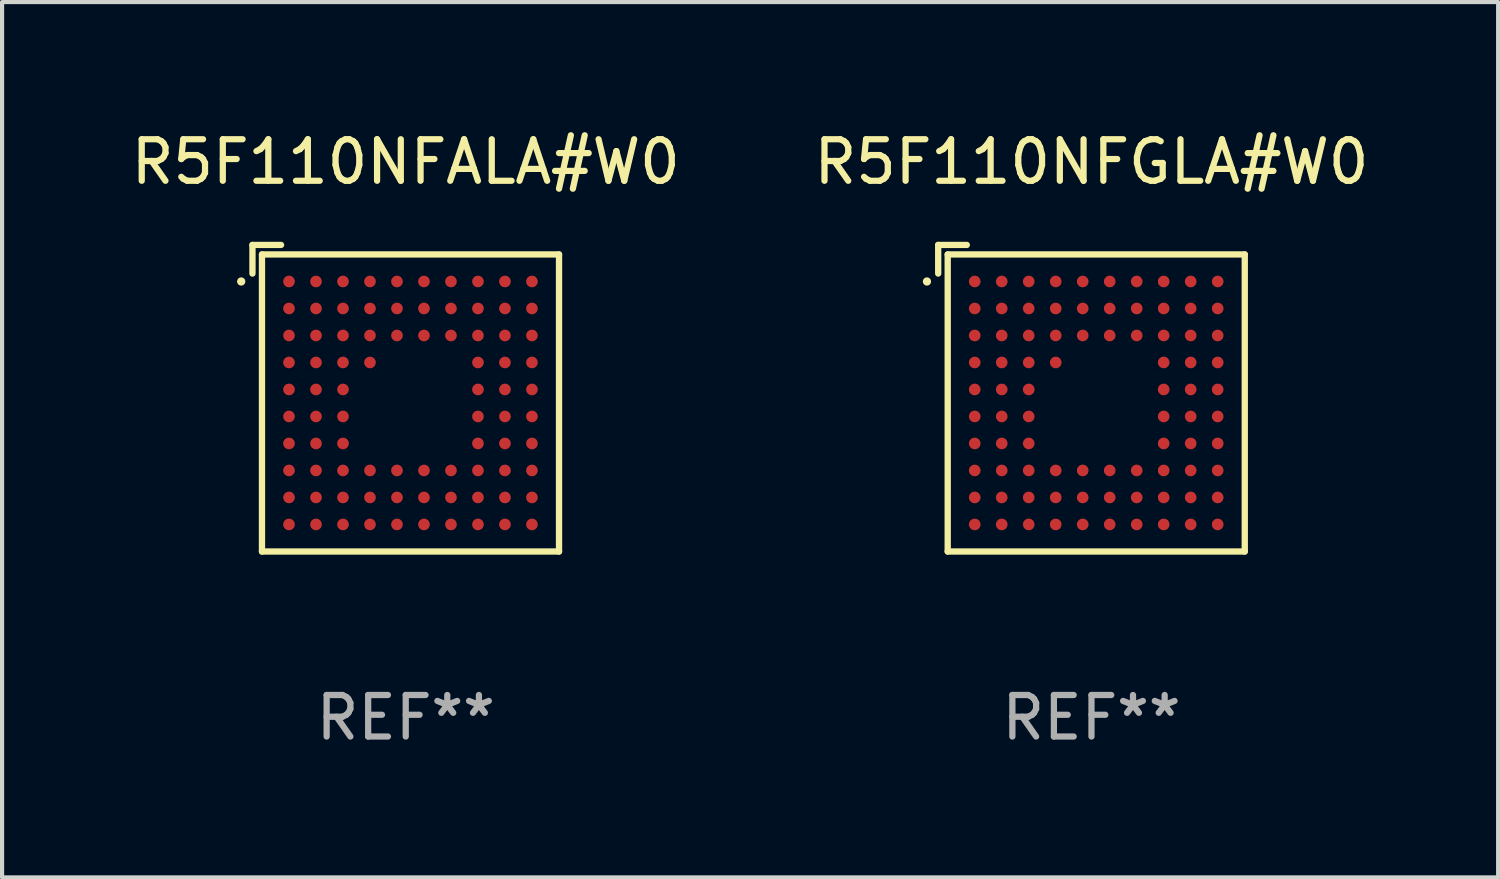
<source format=kicad_pcb>
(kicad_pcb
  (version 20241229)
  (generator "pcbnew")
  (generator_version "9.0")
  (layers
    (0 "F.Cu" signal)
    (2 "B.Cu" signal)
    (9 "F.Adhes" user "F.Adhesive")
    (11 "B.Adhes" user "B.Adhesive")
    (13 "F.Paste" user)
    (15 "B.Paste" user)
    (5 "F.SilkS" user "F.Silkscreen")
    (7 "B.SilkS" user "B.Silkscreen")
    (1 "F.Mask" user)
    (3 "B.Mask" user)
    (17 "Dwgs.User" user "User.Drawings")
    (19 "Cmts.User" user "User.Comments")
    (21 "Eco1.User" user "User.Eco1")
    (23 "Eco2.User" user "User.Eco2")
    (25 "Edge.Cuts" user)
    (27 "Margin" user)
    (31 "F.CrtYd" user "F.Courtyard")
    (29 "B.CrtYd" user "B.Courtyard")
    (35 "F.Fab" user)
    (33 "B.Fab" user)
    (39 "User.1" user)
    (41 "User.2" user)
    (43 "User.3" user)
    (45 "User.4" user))
  (footprint "R5F110NFGLA#W0"
    (layer "F.Cu")
    (at 23.232 6.539)
    (property "Reference" "R5F110NFGLA#W0" (at 0 -5.691 0) (layer "F.SilkS") (effects (font (size 1 1) (thickness 0.15))))
    (attr through_hole)
    (fp_line (start -3.691 -3.691) (end -3.002 -3.691) (stroke (width 0.152) (type solid)) (layer "F.SilkS"))
    (fp_line (start -3.691 -3.002) (end -3.691 -3.691) (stroke (width 0.152) (type solid)) (layer "F.SilkS"))
    (fp_line (start -3.462 -3.462) (end 3.691 -3.462) (stroke (width 0.152) (type solid)) (layer "F.SilkS"))
    (fp_line (start -3.462 3.691) (end -3.462 -3.462) (stroke (width 0.152) (type solid)) (layer "F.SilkS"))
    (fp_line (start 3.691 -3.462) (end 3.691 3.691) (stroke (width 0.152) (type solid)) (layer "F.SilkS"))
    (fp_line (start 3.691 3.691) (end -3.462 3.691) (stroke (width 0.152) (type solid)) (layer "F.SilkS"))
    (fp_circle (center -3.962 -2.811) (end -3.912 -2.811) (stroke (width 0.1) (type solid)) (fill no) (layer "F.SilkS"))
    (fp_text user "REF**" (at 0 7.691 0) (layer "F.Fab") (effects (font (size 1 1) (thickness 0.15))))
    (pad "A1" smd circle (at -2.811 -2.811) (size 0.28 0.28) (layers "F.Cu" "F.Mask" "F.Paste"))
    (pad "A2" smd circle (at -2.161 -2.811) (size 0.28 0.28) (layers "F.Cu" "F.Mask" "F.Paste"))
    (pad "A3" smd circle (at -1.511 -2.811) (size 0.28 0.28) (layers "F.Cu" "F.Mask" "F.Paste"))
    (pad "A4" smd circle (at -0.861 -2.811) (size 0.28 0.28) (layers "F.Cu" "F.Mask" "F.Paste"))
    (pad "A5" smd circle (at -0.211 -2.811) (size 0.28 0.28) (layers "F.Cu" "F.Mask" "F.Paste"))
    (pad "A6" smd circle (at 0.439 -2.811) (size 0.28 0.28) (layers "F.Cu" "F.Mask" "F.Paste"))
    (pad "A7" smd circle (at 1.089 -2.811) (size 0.28 0.28) (layers "F.Cu" "F.Mask" "F.Paste"))
    (pad "A8" smd circle (at 1.739 -2.811) (size 0.28 0.28) (layers "F.Cu" "F.Mask" "F.Paste"))
    (pad "A9" smd circle (at 2.389 -2.811) (size 0.28 0.28) (layers "F.Cu" "F.Mask" "F.Paste"))
    (pad "A10" smd circle (at 3.039 -2.811) (size 0.28 0.28) (layers "F.Cu" "F.Mask" "F.Paste"))
    (pad "B1" smd circle (at -2.811 -2.161) (size 0.28 0.28) (layers "F.Cu" "F.Mask" "F.Paste"))
    (pad "B2" smd circle (at -2.161 -2.161) (size 0.28 0.28) (layers "F.Cu" "F.Mask" "F.Paste"))
    (pad "B3" smd circle (at -1.511 -2.161) (size 0.28 0.28) (layers "F.Cu" "F.Mask" "F.Paste"))
    (pad "B4" smd circle (at -0.861 -2.161) (size 0.28 0.28) (layers "F.Cu" "F.Mask" "F.Paste"))
    (pad "B5" smd circle (at -0.211 -2.161) (size 0.28 0.28) (layers "F.Cu" "F.Mask" "F.Paste"))
    (pad "B6" smd circle (at 0.439 -2.161) (size 0.28 0.28) (layers "F.Cu" "F.Mask" "F.Paste"))
    (pad "B7" smd circle (at 1.089 -2.161) (size 0.28 0.28) (layers "F.Cu" "F.Mask" "F.Paste"))
    (pad "B8" smd circle (at 1.739 -2.161) (size 0.28 0.28) (layers "F.Cu" "F.Mask" "F.Paste"))
    (pad "B9" smd circle (at 2.389 -2.161) (size 0.28 0.28) (layers "F.Cu" "F.Mask" "F.Paste"))
    (pad "B10" smd circle (at 3.039 -2.161) (size 0.28 0.28) (layers "F.Cu" "F.Mask" "F.Paste"))
    (pad "C1" smd circle (at -2.811 -1.511) (size 0.28 0.28) (layers "F.Cu" "F.Mask" "F.Paste"))
    (pad "C2" smd circle (at -2.161 -1.511) (size 0.28 0.28) (layers "F.Cu" "F.Mask" "F.Paste"))
    (pad "C3" smd circle (at -1.511 -1.511) (size 0.28 0.28) (layers "F.Cu" "F.Mask" "F.Paste"))
    (pad "C4" smd circle (at -0.861 -1.511) (size 0.28 0.28) (layers "F.Cu" "F.Mask" "F.Paste"))
    (pad "C5" smd circle (at -0.211 -1.511) (size 0.28 0.28) (layers "F.Cu" "F.Mask" "F.Paste"))
    (pad "C6" smd circle (at 0.439 -1.511) (size 0.28 0.28) (layers "F.Cu" "F.Mask" "F.Paste"))
    (pad "C7" smd circle (at 1.089 -1.511) (size 0.28 0.28) (layers "F.Cu" "F.Mask" "F.Paste"))
    (pad "C8" smd circle (at 1.739 -1.511) (size 0.28 0.28) (layers "F.Cu" "F.Mask" "F.Paste"))
    (pad "C9" smd circle (at 2.389 -1.511) (size 0.28 0.28) (layers "F.Cu" "F.Mask" "F.Paste"))
    (pad "C10" smd circle (at 3.039 -1.511) (size 0.28 0.28) (layers "F.Cu" "F.Mask" "F.Paste"))
    (pad "D1" smd circle (at -2.811 -0.861) (size 0.28 0.28) (layers "F.Cu" "F.Mask" "F.Paste"))
    (pad "D2" smd circle (at -2.161 -0.861) (size 0.28 0.28) (layers "F.Cu" "F.Mask" "F.Paste"))
    (pad "D3" smd circle (at -1.511 -0.861) (size 0.28 0.28) (layers "F.Cu" "F.Mask" "F.Paste"))
    (pad "D4" smd circle (at -0.861 -0.861) (size 0.28 0.28) (layers "F.Cu" "F.Mask" "F.Paste"))
    (pad "D8" smd circle (at 1.739 -0.861) (size 0.28 0.28) (layers "F.Cu" "F.Mask" "F.Paste"))
    (pad "D9" smd circle (at 2.389 -0.861) (size 0.28 0.28) (layers "F.Cu" "F.Mask" "F.Paste"))
    (pad "D10" smd circle (at 3.039 -0.861) (size 0.28 0.28) (layers "F.Cu" "F.Mask" "F.Paste"))
    (pad "E1" smd circle (at -2.811 -0.211) (size 0.28 0.28) (layers "F.Cu" "F.Mask" "F.Paste"))
    (pad "E2" smd circle (at -2.161 -0.211) (size 0.28 0.28) (layers "F.Cu" "F.Mask" "F.Paste"))
    (pad "E3" smd circle (at -1.511 -0.211) (size 0.28 0.28) (layers "F.Cu" "F.Mask" "F.Paste"))
    (pad "E8" smd circle (at 1.739 -0.211) (size 0.28 0.28) (layers "F.Cu" "F.Mask" "F.Paste"))
    (pad "E9" smd circle (at 2.389 -0.211) (size 0.28 0.28) (layers "F.Cu" "F.Mask" "F.Paste"))
    (pad "E10" smd circle (at 3.039 -0.211) (size 0.28 0.28) (layers "F.Cu" "F.Mask" "F.Paste"))
    (pad "F1" smd circle (at -2.811 0.439) (size 0.28 0.28) (layers "F.Cu" "F.Mask" "F.Paste"))
    (pad "F2" smd circle (at -2.161 0.439) (size 0.28 0.28) (layers "F.Cu" "F.Mask" "F.Paste"))
    (pad "F3" smd circle (at -1.511 0.439) (size 0.28 0.28) (layers "F.Cu" "F.Mask" "F.Paste"))
    (pad "F8" smd circle (at 1.739 0.439) (size 0.28 0.28) (layers "F.Cu" "F.Mask" "F.Paste"))
    (pad "F9" smd circle (at 2.389 0.439) (size 0.28 0.28) (layers "F.Cu" "F.Mask" "F.Paste"))
    (pad "F10" smd circle (at 3.039 0.439) (size 0.28 0.28) (layers "F.Cu" "F.Mask" "F.Paste"))
    (pad "G1" smd circle (at -2.811 1.089) (size 0.28 0.28) (layers "F.Cu" "F.Mask" "F.Paste"))
    (pad "G2" smd circle (at -2.161 1.089) (size 0.28 0.28) (layers "F.Cu" "F.Mask" "F.Paste"))
    (pad "G3" smd circle (at -1.511 1.089) (size 0.28 0.28) (layers "F.Cu" "F.Mask" "F.Paste"))
    (pad "G8" smd circle (at 1.739 1.089) (size 0.28 0.28) (layers "F.Cu" "F.Mask" "F.Paste"))
    (pad "G9" smd circle (at 2.389 1.089) (size 0.28 0.28) (layers "F.Cu" "F.Mask" "F.Paste"))
    (pad "G10" smd circle (at 3.039 1.089) (size 0.28 0.28) (layers "F.Cu" "F.Mask" "F.Paste"))
    (pad "H1" smd circle (at -2.811 1.739) (size 0.28 0.28) (layers "F.Cu" "F.Mask" "F.Paste"))
    (pad "H2" smd circle (at -2.161 1.739) (size 0.28 0.28) (layers "F.Cu" "F.Mask" "F.Paste"))
    (pad "H3" smd circle (at -1.511 1.739) (size 0.28 0.28) (layers "F.Cu" "F.Mask" "F.Paste"))
    (pad "H4" smd circle (at -0.861 1.739) (size 0.28 0.28) (layers "F.Cu" "F.Mask" "F.Paste"))
    (pad "H5" smd circle (at -0.211 1.739) (size 0.28 0.28) (layers "F.Cu" "F.Mask" "F.Paste"))
    (pad "H6" smd circle (at 0.439 1.739) (size 0.28 0.28) (layers "F.Cu" "F.Mask" "F.Paste"))
    (pad "H7" smd circle (at 1.089 1.739) (size 0.28 0.28) (layers "F.Cu" "F.Mask" "F.Paste"))
    (pad "H8" smd circle (at 1.739 1.739) (size 0.28 0.28) (layers "F.Cu" "F.Mask" "F.Paste"))
    (pad "H9" smd circle (at 2.389 1.739) (size 0.28 0.28) (layers "F.Cu" "F.Mask" "F.Paste"))
    (pad "H10" smd circle (at 3.039 1.739) (size 0.28 0.28) (layers "F.Cu" "F.Mask" "F.Paste"))
    (pad "J1" smd circle (at -2.811 2.389) (size 0.28 0.28) (layers "F.Cu" "F.Mask" "F.Paste"))
    (pad "J2" smd circle (at -2.161 2.389) (size 0.28 0.28) (layers "F.Cu" "F.Mask" "F.Paste"))
    (pad "J3" smd circle (at -1.511 2.389) (size 0.28 0.28) (layers "F.Cu" "F.Mask" "F.Paste"))
    (pad "J4" smd circle (at -0.861 2.389) (size 0.28 0.28) (layers "F.Cu" "F.Mask" "F.Paste"))
    (pad "J5" smd circle (at -0.211 2.389) (size 0.28 0.28) (layers "F.Cu" "F.Mask" "F.Paste"))
    (pad "J6" smd circle (at 0.439 2.389) (size 0.28 0.28) (layers "F.Cu" "F.Mask" "F.Paste"))
    (pad "J7" smd circle (at 1.089 2.389) (size 0.28 0.28) (layers "F.Cu" "F.Mask" "F.Paste"))
    (pad "J8" smd circle (at 1.739 2.389) (size 0.28 0.28) (layers "F.Cu" "F.Mask" "F.Paste"))
    (pad "J9" smd circle (at 2.389 2.389) (size 0.28 0.28) (layers "F.Cu" "F.Mask" "F.Paste"))
    (pad "J10" smd circle (at 3.039 2.389) (size 0.28 0.28) (layers "F.Cu" "F.Mask" "F.Paste"))
    (pad "K1" smd circle (at -2.811 3.039) (size 0.28 0.28) (layers "F.Cu" "F.Mask" "F.Paste"))
    (pad "K2" smd circle (at -2.161 3.039) (size 0.28 0.28) (layers "F.Cu" "F.Mask" "F.Paste"))
    (pad "K3" smd circle (at -1.511 3.039) (size 0.28 0.28) (layers "F.Cu" "F.Mask" "F.Paste"))
    (pad "K4" smd circle (at -0.861 3.039) (size 0.28 0.28) (layers "F.Cu" "F.Mask" "F.Paste"))
    (pad "K5" smd circle (at -0.211 3.039) (size 0.28 0.28) (layers "F.Cu" "F.Mask" "F.Paste"))
    (pad "K6" smd circle (at 0.439 3.039) (size 0.28 0.28) (layers "F.Cu" "F.Mask" "F.Paste"))
    (pad "K7" smd circle (at 1.089 3.039) (size 0.28 0.28) (layers "F.Cu" "F.Mask" "F.Paste"))
    (pad "K8" smd circle (at 1.739 3.039) (size 0.28 0.28) (layers "F.Cu" "F.Mask" "F.Paste"))
    (pad "K9" smd circle (at 2.389 3.039) (size 0.28 0.28) (layers "F.Cu" "F.Mask" "F.Paste"))
    (pad "K10" smd circle (at 3.039 3.039) (size 0.28 0.28) (layers "F.Cu" "F.Mask" "F.Paste")))
  (footprint "R5F110NFALA#W0"
    (layer "F.Cu")
    (at 6.72 6.539)
    (property "Reference" "R5F110NFALA#W0" (at 0 -5.691 0) (layer "F.SilkS") (effects (font (size 1 1) (thickness 0.15))))
    (attr through_hole)
    (fp_line (start -3.691 -3.691) (end -3.002 -3.691) (stroke (width 0.152) (type solid)) (layer "F.SilkS"))
    (fp_line (start -3.691 -3.002) (end -3.691 -3.691) (stroke (width 0.152) (type solid)) (layer "F.SilkS"))
    (fp_line (start -3.462 -3.462) (end 3.691 -3.462) (stroke (width 0.152) (type solid)) (layer "F.SilkS"))
    (fp_line (start -3.462 3.691) (end -3.462 -3.462) (stroke (width 0.152) (type solid)) (layer "F.SilkS"))
    (fp_line (start 3.691 -3.462) (end 3.691 3.691) (stroke (width 0.152) (type solid)) (layer "F.SilkS"))
    (fp_line (start 3.691 3.691) (end -3.462 3.691) (stroke (width 0.152) (type solid)) (layer "F.SilkS"))
    (fp_circle (center -3.962 -2.811) (end -3.912 -2.811) (stroke (width 0.1) (type solid)) (fill no) (layer "F.SilkS"))
    (fp_text user "REF**" (at 0 7.691 0) (layer "F.Fab") (effects (font (size 1 1) (thickness 0.15))))
    (pad "A1" smd circle (at -2.811 -2.811) (size 0.28 0.28) (layers "F.Cu" "F.Mask" "F.Paste"))
    (pad "A2" smd circle (at -2.161 -2.811) (size 0.28 0.28) (layers "F.Cu" "F.Mask" "F.Paste"))
    (pad "A3" smd circle (at -1.511 -2.811) (size 0.28 0.28) (layers "F.Cu" "F.Mask" "F.Paste"))
    (pad "A4" smd circle (at -0.861 -2.811) (size 0.28 0.28) (layers "F.Cu" "F.Mask" "F.Paste"))
    (pad "A5" smd circle (at -0.211 -2.811) (size 0.28 0.28) (layers "F.Cu" "F.Mask" "F.Paste"))
    (pad "A6" smd circle (at 0.439 -2.811) (size 0.28 0.28) (layers "F.Cu" "F.Mask" "F.Paste"))
    (pad "A7" smd circle (at 1.089 -2.811) (size 0.28 0.28) (layers "F.Cu" "F.Mask" "F.Paste"))
    (pad "A8" smd circle (at 1.739 -2.811) (size 0.28 0.28) (layers "F.Cu" "F.Mask" "F.Paste"))
    (pad "A9" smd circle (at 2.389 -2.811) (size 0.28 0.28) (layers "F.Cu" "F.Mask" "F.Paste"))
    (pad "A10" smd circle (at 3.039 -2.811) (size 0.28 0.28) (layers "F.Cu" "F.Mask" "F.Paste"))
    (pad "B1" smd circle (at -2.811 -2.161) (size 0.28 0.28) (layers "F.Cu" "F.Mask" "F.Paste"))
    (pad "B2" smd circle (at -2.161 -2.161) (size 0.28 0.28) (layers "F.Cu" "F.Mask" "F.Paste"))
    (pad "B3" smd circle (at -1.511 -2.161) (size 0.28 0.28) (layers "F.Cu" "F.Mask" "F.Paste"))
    (pad "B4" smd circle (at -0.861 -2.161) (size 0.28 0.28) (layers "F.Cu" "F.Mask" "F.Paste"))
    (pad "B5" smd circle (at -0.211 -2.161) (size 0.28 0.28) (layers "F.Cu" "F.Mask" "F.Paste"))
    (pad "B6" smd circle (at 0.439 -2.161) (size 0.28 0.28) (layers "F.Cu" "F.Mask" "F.Paste"))
    (pad "B7" smd circle (at 1.089 -2.161) (size 0.28 0.28) (layers "F.Cu" "F.Mask" "F.Paste"))
    (pad "B8" smd circle (at 1.739 -2.161) (size 0.28 0.28) (layers "F.Cu" "F.Mask" "F.Paste"))
    (pad "B9" smd circle (at 2.389 -2.161) (size 0.28 0.28) (layers "F.Cu" "F.Mask" "F.Paste"))
    (pad "B10" smd circle (at 3.039 -2.161) (size 0.28 0.28) (layers "F.Cu" "F.Mask" "F.Paste"))
    (pad "C1" smd circle (at -2.811 -1.511) (size 0.28 0.28) (layers "F.Cu" "F.Mask" "F.Paste"))
    (pad "C2" smd circle (at -2.161 -1.511) (size 0.28 0.28) (layers "F.Cu" "F.Mask" "F.Paste"))
    (pad "C3" smd circle (at -1.511 -1.511) (size 0.28 0.28) (layers "F.Cu" "F.Mask" "F.Paste"))
    (pad "C4" smd circle (at -0.861 -1.511) (size 0.28 0.28) (layers "F.Cu" "F.Mask" "F.Paste"))
    (pad "C5" smd circle (at -0.211 -1.511) (size 0.28 0.28) (layers "F.Cu" "F.Mask" "F.Paste"))
    (pad "C6" smd circle (at 0.439 -1.511) (size 0.28 0.28) (layers "F.Cu" "F.Mask" "F.Paste"))
    (pad "C7" smd circle (at 1.089 -1.511) (size 0.28 0.28) (layers "F.Cu" "F.Mask" "F.Paste"))
    (pad "C8" smd circle (at 1.739 -1.511) (size 0.28 0.28) (layers "F.Cu" "F.Mask" "F.Paste"))
    (pad "C9" smd circle (at 2.389 -1.511) (size 0.28 0.28) (layers "F.Cu" "F.Mask" "F.Paste"))
    (pad "C10" smd circle (at 3.039 -1.511) (size 0.28 0.28) (layers "F.Cu" "F.Mask" "F.Paste"))
    (pad "D1" smd circle (at -2.811 -0.861) (size 0.28 0.28) (layers "F.Cu" "F.Mask" "F.Paste"))
    (pad "D2" smd circle (at -2.161 -0.861) (size 0.28 0.28) (layers "F.Cu" "F.Mask" "F.Paste"))
    (pad "D3" smd circle (at -1.511 -0.861) (size 0.28 0.28) (layers "F.Cu" "F.Mask" "F.Paste"))
    (pad "D4" smd circle (at -0.861 -0.861) (size 0.28 0.28) (layers "F.Cu" "F.Mask" "F.Paste"))
    (pad "D8" smd circle (at 1.739 -0.861) (size 0.28 0.28) (layers "F.Cu" "F.Mask" "F.Paste"))
    (pad "D9" smd circle (at 2.389 -0.861) (size 0.28 0.28) (layers "F.Cu" "F.Mask" "F.Paste"))
    (pad "D10" smd circle (at 3.039 -0.861) (size 0.28 0.28) (layers "F.Cu" "F.Mask" "F.Paste"))
    (pad "E1" smd circle (at -2.811 -0.211) (size 0.28 0.28) (layers "F.Cu" "F.Mask" "F.Paste"))
    (pad "E2" smd circle (at -2.161 -0.211) (size 0.28 0.28) (layers "F.Cu" "F.Mask" "F.Paste"))
    (pad "E3" smd circle (at -1.511 -0.211) (size 0.28 0.28) (layers "F.Cu" "F.Mask" "F.Paste"))
    (pad "E8" smd circle (at 1.739 -0.211) (size 0.28 0.28) (layers "F.Cu" "F.Mask" "F.Paste"))
    (pad "E9" smd circle (at 2.389 -0.211) (size 0.28 0.28) (layers "F.Cu" "F.Mask" "F.Paste"))
    (pad "E10" smd circle (at 3.039 -0.211) (size 0.28 0.28) (layers "F.Cu" "F.Mask" "F.Paste"))
    (pad "F1" smd circle (at -2.811 0.439) (size 0.28 0.28) (layers "F.Cu" "F.Mask" "F.Paste"))
    (pad "F2" smd circle (at -2.161 0.439) (size 0.28 0.28) (layers "F.Cu" "F.Mask" "F.Paste"))
    (pad "F3" smd circle (at -1.511 0.439) (size 0.28 0.28) (layers "F.Cu" "F.Mask" "F.Paste"))
    (pad "F8" smd circle (at 1.739 0.439) (size 0.28 0.28) (layers "F.Cu" "F.Mask" "F.Paste"))
    (pad "F9" smd circle (at 2.389 0.439) (size 0.28 0.28) (layers "F.Cu" "F.Mask" "F.Paste"))
    (pad "F10" smd circle (at 3.039 0.439) (size 0.28 0.28) (layers "F.Cu" "F.Mask" "F.Paste"))
    (pad "G1" smd circle (at -2.811 1.089) (size 0.28 0.28) (layers "F.Cu" "F.Mask" "F.Paste"))
    (pad "G2" smd circle (at -2.161 1.089) (size 0.28 0.28) (layers "F.Cu" "F.Mask" "F.Paste"))
    (pad "G3" smd circle (at -1.511 1.089) (size 0.28 0.28) (layers "F.Cu" "F.Mask" "F.Paste"))
    (pad "G8" smd circle (at 1.739 1.089) (size 0.28 0.28) (layers "F.Cu" "F.Mask" "F.Paste"))
    (pad "G9" smd circle (at 2.389 1.089) (size 0.28 0.28) (layers "F.Cu" "F.Mask" "F.Paste"))
    (pad "G10" smd circle (at 3.039 1.089) (size 0.28 0.28) (layers "F.Cu" "F.Mask" "F.Paste"))
    (pad "H1" smd circle (at -2.811 1.739) (size 0.28 0.28) (layers "F.Cu" "F.Mask" "F.Paste"))
    (pad "H2" smd circle (at -2.161 1.739) (size 0.28 0.28) (layers "F.Cu" "F.Mask" "F.Paste"))
    (pad "H3" smd circle (at -1.511 1.739) (size 0.28 0.28) (layers "F.Cu" "F.Mask" "F.Paste"))
    (pad "H4" smd circle (at -0.861 1.739) (size 0.28 0.28) (layers "F.Cu" "F.Mask" "F.Paste"))
    (pad "H5" smd circle (at -0.211 1.739) (size 0.28 0.28) (layers "F.Cu" "F.Mask" "F.Paste"))
    (pad "H6" smd circle (at 0.439 1.739) (size 0.28 0.28) (layers "F.Cu" "F.Mask" "F.Paste"))
    (pad "H7" smd circle (at 1.089 1.739) (size 0.28 0.28) (layers "F.Cu" "F.Mask" "F.Paste"))
    (pad "H8" smd circle (at 1.739 1.739) (size 0.28 0.28) (layers "F.Cu" "F.Mask" "F.Paste"))
    (pad "H9" smd circle (at 2.389 1.739) (size 0.28 0.28) (layers "F.Cu" "F.Mask" "F.Paste"))
    (pad "H10" smd circle (at 3.039 1.739) (size 0.28 0.28) (layers "F.Cu" "F.Mask" "F.Paste"))
    (pad "J1" smd circle (at -2.811 2.389) (size 0.28 0.28) (layers "F.Cu" "F.Mask" "F.Paste"))
    (pad "J2" smd circle (at -2.161 2.389) (size 0.28 0.28) (layers "F.Cu" "F.Mask" "F.Paste"))
    (pad "J3" smd circle (at -1.511 2.389) (size 0.28 0.28) (layers "F.Cu" "F.Mask" "F.Paste"))
    (pad "J4" smd circle (at -0.861 2.389) (size 0.28 0.28) (layers "F.Cu" "F.Mask" "F.Paste"))
    (pad "J5" smd circle (at -0.211 2.389) (size 0.28 0.28) (layers "F.Cu" "F.Mask" "F.Paste"))
    (pad "J6" smd circle (at 0.439 2.389) (size 0.28 0.28) (layers "F.Cu" "F.Mask" "F.Paste"))
    (pad "J7" smd circle (at 1.089 2.389) (size 0.28 0.28) (layers "F.Cu" "F.Mask" "F.Paste"))
    (pad "J8" smd circle (at 1.739 2.389) (size 0.28 0.28) (layers "F.Cu" "F.Mask" "F.Paste"))
    (pad "J9" smd circle (at 2.389 2.389) (size 0.28 0.28) (layers "F.Cu" "F.Mask" "F.Paste"))
    (pad "J10" smd circle (at 3.039 2.389) (size 0.28 0.28) (layers "F.Cu" "F.Mask" "F.Paste"))
    (pad "K1" smd circle (at -2.811 3.039) (size 0.28 0.28) (layers "F.Cu" "F.Mask" "F.Paste"))
    (pad "K2" smd circle (at -2.161 3.039) (size 0.28 0.28) (layers "F.Cu" "F.Mask" "F.Paste"))
    (pad "K3" smd circle (at -1.511 3.039) (size 0.28 0.28) (layers "F.Cu" "F.Mask" "F.Paste"))
    (pad "K4" smd circle (at -0.861 3.039) (size 0.28 0.28) (layers "F.Cu" "F.Mask" "F.Paste"))
    (pad "K5" smd circle (at -0.211 3.039) (size 0.28 0.28) (layers "F.Cu" "F.Mask" "F.Paste"))
    (pad "K6" smd circle (at 0.439 3.039) (size 0.28 0.28) (layers "F.Cu" "F.Mask" "F.Paste"))
    (pad "K7" smd circle (at 1.089 3.039) (size 0.28 0.28) (layers "F.Cu" "F.Mask" "F.Paste"))
    (pad "K8" smd circle (at 1.739 3.039) (size 0.28 0.28) (layers "F.Cu" "F.Mask" "F.Paste"))
    (pad "K9" smd circle (at 2.389 3.039) (size 0.28 0.28) (layers "F.Cu" "F.Mask" "F.Paste"))
    (pad "K10" smd circle (at 3.039 3.039) (size 0.28 0.28) (layers "F.Cu" "F.Mask" "F.Paste")))
  (gr_rect
    (start -3 -3)
    (end 33.024 18.078)
    (stroke (width 0.1) (type default))
    (fill no)
    (layer "Edge.Cuts")))
</source>
